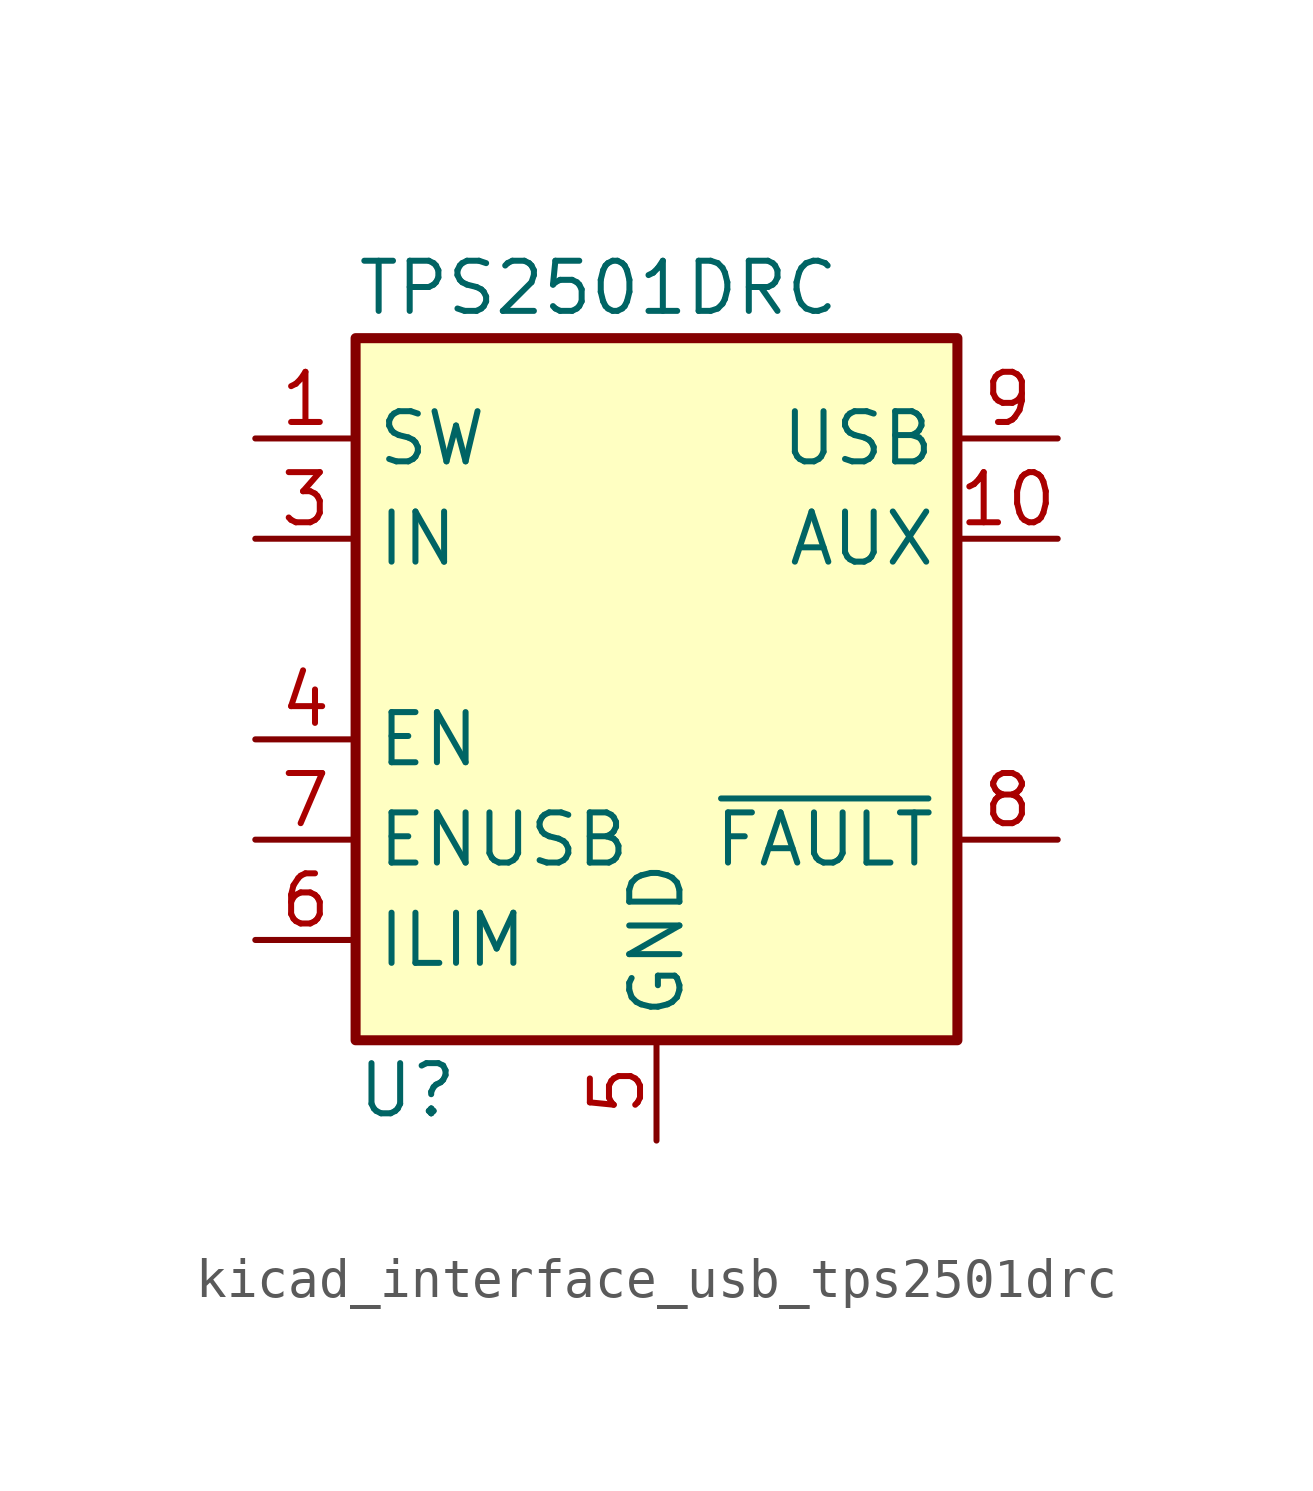
<source format=kicad_sym>
(kicad_symbol_lib
  (version 20220914)
  (generator kicad_symbol_editor)
  (symbol "kicad_interface_usb_tps2501drc"
    (property "Reference" "U"
      (at -7.62 -11.43 0)
      (effects (font (size 1.27 1.27)) (justify left)))
    (property "Value" "TPS2501DRC"
      (at -7.62 8.89 0)
      (effects (font (size 1.27 1.27)) (justify left)))
    (symbol "kicad_interface_usb_tps2501drc_0_1"
      (rectangle (start -7.62 7.62) (end 7.62 -10.16) (stroke (width 0.254) (type default)) (fill (type background))))
    (symbol "kicad_interface_usb_tps2501drc_1_1"
      (pin power_in line (at -10.16 5.08 0) (length 2.54) (name "SW" (effects (font (size 1.27 1.27)))) (number "1" (effects (font (size 1.27 1.27)))))
      (pin power_out line (at 10.16 2.54 180) (length 2.54) (name "AUX" (effects (font (size 1.27 1.27)))) (number "10" (effects (font (size 1.27 1.27)))))
      (pin passive line (at 0 -12.7 90) (length 2.54) hide (name "GND" (effects (font (size 1.27 1.27)))) (number "11" (effects (font (size 1.27 1.27)))))
      (pin passive line (at 0 -12.7 90) (length 2.54) hide (name "GND" (effects (font (size 1.27 1.27)))) (number "2" (effects (font (size 1.27 1.27)))))
      (pin power_in line (at -10.16 2.54 0) (length 2.54) (name "IN" (effects (font (size 1.27 1.27)))) (number "3" (effects (font (size 1.27 1.27)))))
      (pin input line (at -10.16 -2.54 0) (length 2.54) (name "EN" (effects (font (size 1.27 1.27)))) (number "4" (effects (font (size 1.27 1.27)))))
      (pin power_in line (at 0 -12.7 90) (length 2.54) (name "GND" (effects (font (size 1.27 1.27)))) (number "5" (effects (font (size 1.27 1.27)))))
      (pin passive line (at -10.16 -7.62 0) (length 2.54) (name "ILIM" (effects (font (size 1.27 1.27)))) (number "6" (effects (font (size 1.27 1.27)))))
      (pin input line (at -10.16 -5.08 0) (length 2.54) (name "ENUSB" (effects (font (size 1.27 1.27)))) (number "7" (effects (font (size 1.27 1.27)))))
      (pin open_collector line (at 10.16 -5.08 180) (length 2.54) (name "~{FAULT}" (effects (font (size 1.27 1.27)))) (number "8" (effects (font (size 1.27 1.27)))))
      (pin power_out line (at 10.16 5.08 180) (length 2.54) (name "USB" (effects (font (size 1.27 1.27)))) (number "9" (effects (font (size 1.27 1.27))))))))
</source>
